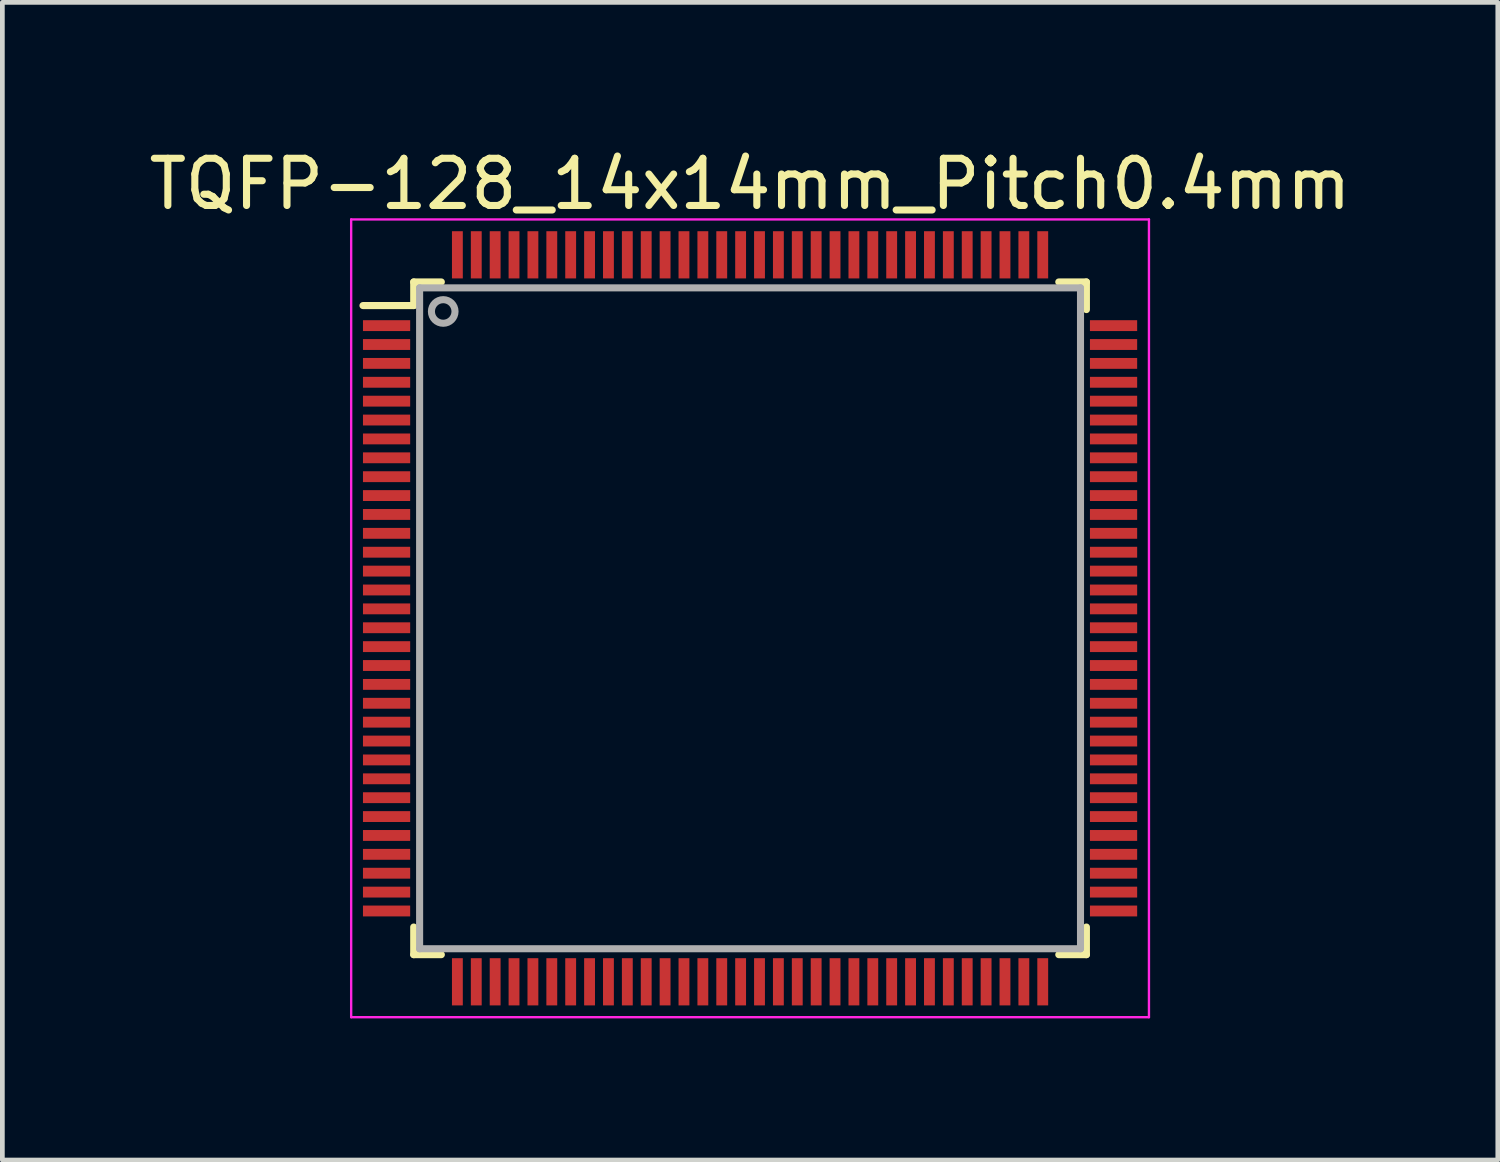
<source format=kicad_pcb>
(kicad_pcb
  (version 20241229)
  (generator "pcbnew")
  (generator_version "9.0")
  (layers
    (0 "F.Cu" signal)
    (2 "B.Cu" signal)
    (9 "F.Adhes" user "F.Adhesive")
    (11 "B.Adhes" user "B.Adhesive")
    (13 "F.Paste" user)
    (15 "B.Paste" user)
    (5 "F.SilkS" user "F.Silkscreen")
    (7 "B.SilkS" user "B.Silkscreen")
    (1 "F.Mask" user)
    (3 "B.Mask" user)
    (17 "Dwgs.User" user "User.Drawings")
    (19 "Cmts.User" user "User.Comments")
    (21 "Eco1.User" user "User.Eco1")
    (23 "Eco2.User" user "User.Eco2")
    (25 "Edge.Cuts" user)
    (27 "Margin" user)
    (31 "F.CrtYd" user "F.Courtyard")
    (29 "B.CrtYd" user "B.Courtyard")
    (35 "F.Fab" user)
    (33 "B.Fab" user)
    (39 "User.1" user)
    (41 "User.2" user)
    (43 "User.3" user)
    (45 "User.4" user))
  (footprint "TQFP-128_14x14mm_Pitch0.4mm"
    (layer "F.Cu")
    (at 12.839 10.048)
    (property "Reference" "TQFP-128_14x14mm_Pitch0.4mm" (at 0 -9.2 0) (layer "F.SilkS") (effects (font (size 1 1) (thickness 0.15))))
    (attr smd)
    (fp_line (start -7.125 -7.125) (end -7.125 -6.625) (stroke (width 0.15) (type solid)) (layer "F.SilkS"))
    (fp_line (start -7.125 -7.125) (end -6.54 -7.125) (stroke (width 0.15) (type solid)) (layer "F.SilkS"))
    (fp_line (start -7.125 -6.625) (end -8.2 -6.625) (stroke (width 0.15) (type solid)) (layer "F.SilkS"))
    (fp_line (start -7.125 7.125) (end -7.125 6.54) (stroke (width 0.15) (type solid)) (layer "F.SilkS"))
    (fp_line (start -7.125 7.125) (end -6.54 7.125) (stroke (width 0.15) (type solid)) (layer "F.SilkS"))
    (fp_line (start 7.125 -7.125) (end 6.54 -7.125) (stroke (width 0.15) (type solid)) (layer "F.SilkS"))
    (fp_line (start 7.125 -7.125) (end 7.125 -6.54) (stroke (width 0.15) (type solid)) (layer "F.SilkS"))
    (fp_line (start 7.125 7.125) (end 6.54 7.125) (stroke (width 0.15) (type solid)) (layer "F.SilkS"))
    (fp_line (start 7.125 7.125) (end 7.125 6.54) (stroke (width 0.15) (type solid)) (layer "F.SilkS"))
    (fp_line (start -8.45 -8.45) (end -8.45 8.45) (stroke (width 0.05) (type solid)) (layer "F.CrtYd"))
    (fp_line (start -8.45 -8.45) (end 8.45 -8.45) (stroke (width 0.05) (type solid)) (layer "F.CrtYd"))
    (fp_line (start -8.45 8.45) (end 8.45 8.45) (stroke (width 0.05) (type solid)) (layer "F.CrtYd"))
    (fp_line (start 8.45 -8.45) (end 8.45 8.45) (stroke (width 0.05) (type solid)) (layer "F.CrtYd"))
    (fp_line (start -7 -7) (end 7 -7) (stroke (width 0.15) (type solid)) (layer "F.Fab"))
    (fp_line (start -7 7) (end -7 -7) (stroke (width 0.15) (type solid)) (layer "F.Fab"))
    (fp_line (start 7 -7) (end 7 7) (stroke (width 0.15) (type solid)) (layer "F.Fab"))
    (fp_line (start 7 7) (end -7 7) (stroke (width 0.15) (type solid)) (layer "F.Fab"))
    (fp_circle (center -6.5 -6.5) (end -6.75 -6.5) (stroke (width 0.15) (type solid)) (fill no) (layer "F.Fab"))
    (pad "1" smd rect (at -7.7 -6.2) (size 1 0.23) (layers "F.Cu" "F.Mask" "F.Paste"))
    (pad "2" smd rect (at -7.7 -5.8) (size 1 0.23) (layers "F.Cu" "F.Mask" "F.Paste"))
    (pad "3" smd rect (at -7.7 -5.4) (size 1 0.23) (layers "F.Cu" "F.Mask" "F.Paste"))
    (pad "4" smd rect (at -7.7 -5) (size 1 0.23) (layers "F.Cu" "F.Mask" "F.Paste"))
    (pad "5" smd rect (at -7.7 -4.6) (size 1 0.23) (layers "F.Cu" "F.Mask" "F.Paste"))
    (pad "6" smd rect (at -7.7 -4.2) (size 1 0.23) (layers "F.Cu" "F.Mask" "F.Paste"))
    (pad "7" smd rect (at -7.7 -3.8) (size 1 0.23) (layers "F.Cu" "F.Mask" "F.Paste"))
    (pad "8" smd rect (at -7.7 -3.4) (size 1 0.23) (layers "F.Cu" "F.Mask" "F.Paste"))
    (pad "9" smd rect (at -7.7 -3) (size 1 0.23) (layers "F.Cu" "F.Mask" "F.Paste"))
    (pad "10" smd rect (at -7.7 -2.6) (size 1 0.23) (layers "F.Cu" "F.Mask" "F.Paste"))
    (pad "11" smd rect (at -7.7 -2.2) (size 1 0.23) (layers "F.Cu" "F.Mask" "F.Paste"))
    (pad "12" smd rect (at -7.7 -1.8) (size 1 0.23) (layers "F.Cu" "F.Mask" "F.Paste"))
    (pad "13" smd rect (at -7.7 -1.4) (size 1 0.23) (layers "F.Cu" "F.Mask" "F.Paste"))
    (pad "14" smd rect (at -7.7 -1) (size 1 0.23) (layers "F.Cu" "F.Mask" "F.Paste"))
    (pad "15" smd rect (at -7.7 -0.6) (size 1 0.23) (layers "F.Cu" "F.Mask" "F.Paste"))
    (pad "16" smd rect (at -7.7 -0.2) (size 1 0.23) (layers "F.Cu" "F.Mask" "F.Paste"))
    (pad "17" smd rect (at -7.7 0.2) (size 1 0.23) (layers "F.Cu" "F.Mask" "F.Paste"))
    (pad "18" smd rect (at -7.7 0.6) (size 1 0.23) (layers "F.Cu" "F.Mask" "F.Paste"))
    (pad "19" smd rect (at -7.7 1) (size 1 0.23) (layers "F.Cu" "F.Mask" "F.Paste"))
    (pad "20" smd rect (at -7.7 1.4) (size 1 0.23) (layers "F.Cu" "F.Mask" "F.Paste"))
    (pad "21" smd rect (at -7.7 1.8) (size 1 0.23) (layers "F.Cu" "F.Mask" "F.Paste"))
    (pad "22" smd rect (at -7.7 2.2) (size 1 0.23) (layers "F.Cu" "F.Mask" "F.Paste"))
    (pad "23" smd rect (at -7.7 2.6) (size 1 0.23) (layers "F.Cu" "F.Mask" "F.Paste"))
    (pad "24" smd rect (at -7.7 3) (size 1 0.23) (layers "F.Cu" "F.Mask" "F.Paste"))
    (pad "25" smd rect (at -7.7 3.4) (size 1 0.23) (layers "F.Cu" "F.Mask" "F.Paste"))
    (pad "26" smd rect (at -7.7 3.8) (size 1 0.23) (layers "F.Cu" "F.Mask" "F.Paste"))
    (pad "27" smd rect (at -7.7 4.2) (size 1 0.23) (layers "F.Cu" "F.Mask" "F.Paste"))
    (pad "28" smd rect (at -7.7 4.6) (size 1 0.23) (layers "F.Cu" "F.Mask" "F.Paste"))
    (pad "29" smd rect (at -7.7 5) (size 1 0.23) (layers "F.Cu" "F.Mask" "F.Paste"))
    (pad "30" smd rect (at -7.7 5.4) (size 1 0.23) (layers "F.Cu" "F.Mask" "F.Paste"))
    (pad "31" smd rect (at -7.7 5.8) (size 1 0.23) (layers "F.Cu" "F.Mask" "F.Paste"))
    (pad "32" smd rect (at -7.7 6.2) (size 1 0.23) (layers "F.Cu" "F.Mask" "F.Paste"))
    (pad "33" smd rect (at -6.2 7.7 90) (size 1 0.23) (layers "F.Cu" "F.Mask" "F.Paste"))
    (pad "34" smd rect (at -5.8 7.7 90) (size 1 0.23) (layers "F.Cu" "F.Mask" "F.Paste"))
    (pad "35" smd rect (at -5.4 7.7 90) (size 1 0.23) (layers "F.Cu" "F.Mask" "F.Paste"))
    (pad "36" smd rect (at -5 7.7 90) (size 1 0.23) (layers "F.Cu" "F.Mask" "F.Paste"))
    (pad "37" smd rect (at -4.6 7.7 90) (size 1 0.23) (layers "F.Cu" "F.Mask" "F.Paste"))
    (pad "38" smd rect (at -4.2 7.7 90) (size 1 0.23) (layers "F.Cu" "F.Mask" "F.Paste"))
    (pad "39" smd rect (at -3.8 7.7 90) (size 1 0.23) (layers "F.Cu" "F.Mask" "F.Paste"))
    (pad "40" smd rect (at -3.4 7.7 90) (size 1 0.23) (layers "F.Cu" "F.Mask" "F.Paste"))
    (pad "41" smd rect (at -3 7.7 90) (size 1 0.23) (layers "F.Cu" "F.Mask" "F.Paste"))
    (pad "42" smd rect (at -2.6 7.7 90) (size 1 0.23) (layers "F.Cu" "F.Mask" "F.Paste"))
    (pad "43" smd rect (at -2.2 7.7 90) (size 1 0.23) (layers "F.Cu" "F.Mask" "F.Paste"))
    (pad "44" smd rect (at -1.8 7.7 90) (size 1 0.23) (layers "F.Cu" "F.Mask" "F.Paste"))
    (pad "45" smd rect (at -1.4 7.7 90) (size 1 0.23) (layers "F.Cu" "F.Mask" "F.Paste"))
    (pad "46" smd rect (at -1 7.7 90) (size 1 0.23) (layers "F.Cu" "F.Mask" "F.Paste"))
    (pad "47" smd rect (at -0.6 7.7 90) (size 1 0.23) (layers "F.Cu" "F.Mask" "F.Paste"))
    (pad "48" smd rect (at -0.2 7.7 90) (size 1 0.23) (layers "F.Cu" "F.Mask" "F.Paste"))
    (pad "49" smd rect (at 0.2 7.7 90) (size 1 0.23) (layers "F.Cu" "F.Mask" "F.Paste"))
    (pad "50" smd rect (at 0.6 7.7 90) (size 1 0.23) (layers "F.Cu" "F.Mask" "F.Paste"))
    (pad "51" smd rect (at 1 7.7 90) (size 1 0.23) (layers "F.Cu" "F.Mask" "F.Paste"))
    (pad "52" smd rect (at 1.4 7.7 90) (size 1 0.23) (layers "F.Cu" "F.Mask" "F.Paste"))
    (pad "53" smd rect (at 1.8 7.7 90) (size 1 0.23) (layers "F.Cu" "F.Mask" "F.Paste"))
    (pad "54" smd rect (at 2.2 7.7 90) (size 1 0.23) (layers "F.Cu" "F.Mask" "F.Paste"))
    (pad "55" smd rect (at 2.6 7.7 90) (size 1 0.23) (layers "F.Cu" "F.Mask" "F.Paste"))
    (pad "56" smd rect (at 3 7.7 90) (size 1 0.23) (layers "F.Cu" "F.Mask" "F.Paste"))
    (pad "57" smd rect (at 3.4 7.7 90) (size 1 0.23) (layers "F.Cu" "F.Mask" "F.Paste"))
    (pad "58" smd rect (at 3.8 7.7 90) (size 1 0.23) (layers "F.Cu" "F.Mask" "F.Paste"))
    (pad "59" smd rect (at 4.2 7.7 90) (size 1 0.23) (layers "F.Cu" "F.Mask" "F.Paste"))
    (pad "60" smd rect (at 4.6 7.7 90) (size 1 0.23) (layers "F.Cu" "F.Mask" "F.Paste"))
    (pad "61" smd rect (at 5 7.7 90) (size 1 0.23) (layers "F.Cu" "F.Mask" "F.Paste"))
    (pad "62" smd rect (at 5.4 7.7 90) (size 1 0.23) (layers "F.Cu" "F.Mask" "F.Paste"))
    (pad "63" smd rect (at 5.8 7.7 90) (size 1 0.23) (layers "F.Cu" "F.Mask" "F.Paste"))
    (pad "64" smd rect (at 6.2 7.7 90) (size 1 0.23) (layers "F.Cu" "F.Mask" "F.Paste"))
    (pad "65" smd rect (at 7.7 6.2) (size 1 0.23) (layers "F.Cu" "F.Mask" "F.Paste"))
    (pad "66" smd rect (at 7.7 5.8) (size 1 0.23) (layers "F.Cu" "F.Mask" "F.Paste"))
    (pad "67" smd rect (at 7.7 5.4) (size 1 0.23) (layers "F.Cu" "F.Mask" "F.Paste"))
    (pad "68" smd rect (at 7.7 5) (size 1 0.23) (layers "F.Cu" "F.Mask" "F.Paste"))
    (pad "69" smd rect (at 7.7 4.6) (size 1 0.23) (layers "F.Cu" "F.Mask" "F.Paste"))
    (pad "70" smd rect (at 7.7 4.2) (size 1 0.23) (layers "F.Cu" "F.Mask" "F.Paste"))
    (pad "71" smd rect (at 7.7 3.8) (size 1 0.23) (layers "F.Cu" "F.Mask" "F.Paste"))
    (pad "72" smd rect (at 7.7 3.4) (size 1 0.23) (layers "F.Cu" "F.Mask" "F.Paste"))
    (pad "73" smd rect (at 7.7 3) (size 1 0.23) (layers "F.Cu" "F.Mask" "F.Paste"))
    (pad "74" smd rect (at 7.7 2.6) (size 1 0.23) (layers "F.Cu" "F.Mask" "F.Paste"))
    (pad "75" smd rect (at 7.7 2.2) (size 1 0.23) (layers "F.Cu" "F.Mask" "F.Paste"))
    (pad "76" smd rect (at 7.7 1.8) (size 1 0.23) (layers "F.Cu" "F.Mask" "F.Paste"))
    (pad "77" smd rect (at 7.7 1.4) (size 1 0.23) (layers "F.Cu" "F.Mask" "F.Paste"))
    (pad "78" smd rect (at 7.7 1) (size 1 0.23) (layers "F.Cu" "F.Mask" "F.Paste"))
    (pad "79" smd rect (at 7.7 0.6) (size 1 0.23) (layers "F.Cu" "F.Mask" "F.Paste"))
    (pad "80" smd rect (at 7.7 0.2) (size 1 0.23) (layers "F.Cu" "F.Mask" "F.Paste"))
    (pad "81" smd rect (at 7.7 -0.2) (size 1 0.23) (layers "F.Cu" "F.Mask" "F.Paste"))
    (pad "82" smd rect (at 7.7 -0.6) (size 1 0.23) (layers "F.Cu" "F.Mask" "F.Paste"))
    (pad "83" smd rect (at 7.7 -1) (size 1 0.23) (layers "F.Cu" "F.Mask" "F.Paste"))
    (pad "84" smd rect (at 7.7 -1.4) (size 1 0.23) (layers "F.Cu" "F.Mask" "F.Paste"))
    (pad "85" smd rect (at 7.7 -1.8) (size 1 0.23) (layers "F.Cu" "F.Mask" "F.Paste"))
    (pad "86" smd rect (at 7.7 -2.2) (size 1 0.23) (layers "F.Cu" "F.Mask" "F.Paste"))
    (pad "87" smd rect (at 7.7 -2.6) (size 1 0.23) (layers "F.Cu" "F.Mask" "F.Paste"))
    (pad "88" smd rect (at 7.7 -3) (size 1 0.23) (layers "F.Cu" "F.Mask" "F.Paste"))
    (pad "89" smd rect (at 7.7 -3.4) (size 1 0.23) (layers "F.Cu" "F.Mask" "F.Paste"))
    (pad "90" smd rect (at 7.7 -3.8) (size 1 0.23) (layers "F.Cu" "F.Mask" "F.Paste"))
    (pad "91" smd rect (at 7.7 -4.2) (size 1 0.23) (layers "F.Cu" "F.Mask" "F.Paste"))
    (pad "92" smd rect (at 7.7 -4.6) (size 1 0.23) (layers "F.Cu" "F.Mask" "F.Paste"))
    (pad "93" smd rect (at 7.7 -5) (size 1 0.23) (layers "F.Cu" "F.Mask" "F.Paste"))
    (pad "94" smd rect (at 7.7 -5.4) (size 1 0.23) (layers "F.Cu" "F.Mask" "F.Paste"))
    (pad "95" smd rect (at 7.7 -5.8) (size 1 0.23) (layers "F.Cu" "F.Mask" "F.Paste"))
    (pad "96" smd rect (at 7.7 -6.2) (size 1 0.23) (layers "F.Cu" "F.Mask" "F.Paste"))
    (pad "97" smd rect (at 6.2 -7.7 90) (size 1 0.23) (layers "F.Cu" "F.Mask" "F.Paste"))
    (pad "98" smd rect (at 5.8 -7.7 90) (size 1 0.23) (layers "F.Cu" "F.Mask" "F.Paste"))
    (pad "99" smd rect (at 5.4 -7.7 90) (size 1 0.23) (layers "F.Cu" "F.Mask" "F.Paste"))
    (pad "100" smd rect (at 5 -7.7 90) (size 1 0.23) (layers "F.Cu" "F.Mask" "F.Paste"))
    (pad "101" smd rect (at 4.6 -7.7 90) (size 1 0.23) (layers "F.Cu" "F.Mask" "F.Paste"))
    (pad "102" smd rect (at 4.2 -7.7 90) (size 1 0.23) (layers "F.Cu" "F.Mask" "F.Paste"))
    (pad "103" smd rect (at 3.8 -7.7 90) (size 1 0.23) (layers "F.Cu" "F.Mask" "F.Paste"))
    (pad "104" smd rect (at 3.4 -7.7 90) (size 1 0.23) (layers "F.Cu" "F.Mask" "F.Paste"))
    (pad "105" smd rect (at 3 -7.7 90) (size 1 0.23) (layers "F.Cu" "F.Mask" "F.Paste"))
    (pad "106" smd rect (at 2.6 -7.7 90) (size 1 0.23) (layers "F.Cu" "F.Mask" "F.Paste"))
    (pad "107" smd rect (at 2.2 -7.7 90) (size 1 0.23) (layers "F.Cu" "F.Mask" "F.Paste"))
    (pad "108" smd rect (at 1.8 -7.7 90) (size 1 0.23) (layers "F.Cu" "F.Mask" "F.Paste"))
    (pad "109" smd rect (at 1.4 -7.7 90) (size 1 0.23) (layers "F.Cu" "F.Mask" "F.Paste"))
    (pad "110" smd rect (at 1 -7.7 90) (size 1 0.23) (layers "F.Cu" "F.Mask" "F.Paste"))
    (pad "111" smd rect (at 0.6 -7.7 90) (size 1 0.23) (layers "F.Cu" "F.Mask" "F.Paste"))
    (pad "112" smd rect (at 0.2 -7.7 90) (size 1 0.23) (layers "F.Cu" "F.Mask" "F.Paste"))
    (pad "113" smd rect (at -0.2 -7.7 90) (size 1 0.23) (layers "F.Cu" "F.Mask" "F.Paste"))
    (pad "114" smd rect (at -0.6 -7.7 90) (size 1 0.23) (layers "F.Cu" "F.Mask" "F.Paste"))
    (pad "115" smd rect (at -1 -7.7 90) (size 1 0.23) (layers "F.Cu" "F.Mask" "F.Paste"))
    (pad "116" smd rect (at -1.4 -7.7 90) (size 1 0.23) (layers "F.Cu" "F.Mask" "F.Paste"))
    (pad "117" smd rect (at -1.8 -7.7 90) (size 1 0.23) (layers "F.Cu" "F.Mask" "F.Paste"))
    (pad "118" smd rect (at -2.2 -7.7 90) (size 1 0.23) (layers "F.Cu" "F.Mask" "F.Paste"))
    (pad "119" smd rect (at -2.6 -7.7 90) (size 1 0.23) (layers "F.Cu" "F.Mask" "F.Paste"))
    (pad "120" smd rect (at -3 -7.7 90) (size 1 0.23) (layers "F.Cu" "F.Mask" "F.Paste"))
    (pad "121" smd rect (at -3.4 -7.7 90) (size 1 0.23) (layers "F.Cu" "F.Mask" "F.Paste"))
    (pad "122" smd rect (at -3.8 -7.7 90) (size 1 0.23) (layers "F.Cu" "F.Mask" "F.Paste"))
    (pad "123" smd rect (at -4.2 -7.7 90) (size 1 0.23) (layers "F.Cu" "F.Mask" "F.Paste"))
    (pad "124" smd rect (at -4.6 -7.7 90) (size 1 0.23) (layers "F.Cu" "F.Mask" "F.Paste"))
    (pad "125" smd rect (at -5 -7.7 90) (size 1 0.23) (layers "F.Cu" "F.Mask" "F.Paste"))
    (pad "126" smd rect (at -5.4 -7.7 90) (size 1 0.23) (layers "F.Cu" "F.Mask" "F.Paste"))
    (pad "127" smd rect (at -5.8 -7.7 90) (size 1 0.23) (layers "F.Cu" "F.Mask" "F.Paste"))
    (pad "128" smd rect (at -6.2 -7.7 90) (size 1 0.23) (layers "F.Cu" "F.Mask" "F.Paste")))
  (gr_rect
    (start -3 -3)
    (end 28.679 21.523)
    (stroke (width 0.1) (type default))
    (fill no)
    (layer "Edge.Cuts")))
</source>
